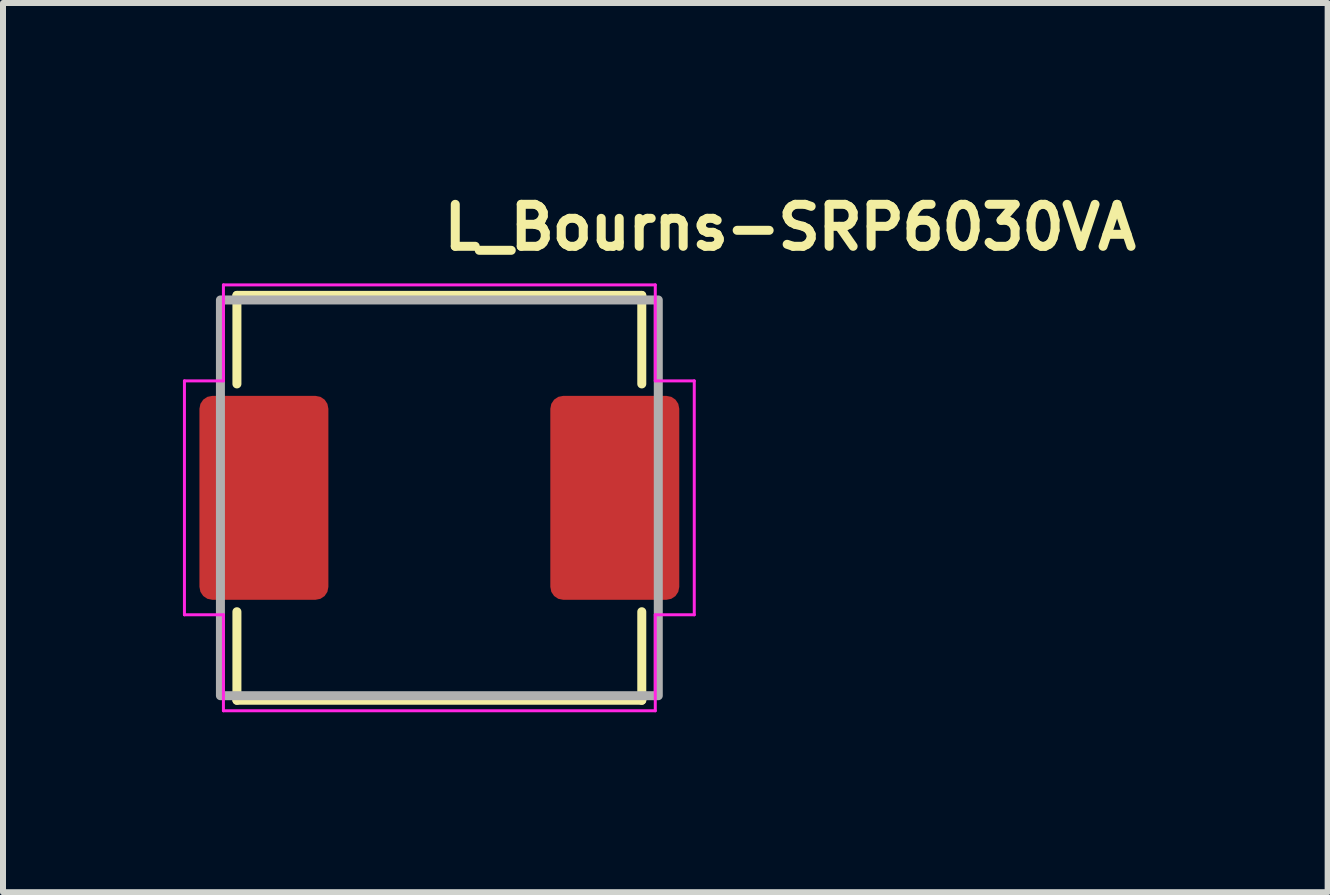
<source format=kicad_pcb>
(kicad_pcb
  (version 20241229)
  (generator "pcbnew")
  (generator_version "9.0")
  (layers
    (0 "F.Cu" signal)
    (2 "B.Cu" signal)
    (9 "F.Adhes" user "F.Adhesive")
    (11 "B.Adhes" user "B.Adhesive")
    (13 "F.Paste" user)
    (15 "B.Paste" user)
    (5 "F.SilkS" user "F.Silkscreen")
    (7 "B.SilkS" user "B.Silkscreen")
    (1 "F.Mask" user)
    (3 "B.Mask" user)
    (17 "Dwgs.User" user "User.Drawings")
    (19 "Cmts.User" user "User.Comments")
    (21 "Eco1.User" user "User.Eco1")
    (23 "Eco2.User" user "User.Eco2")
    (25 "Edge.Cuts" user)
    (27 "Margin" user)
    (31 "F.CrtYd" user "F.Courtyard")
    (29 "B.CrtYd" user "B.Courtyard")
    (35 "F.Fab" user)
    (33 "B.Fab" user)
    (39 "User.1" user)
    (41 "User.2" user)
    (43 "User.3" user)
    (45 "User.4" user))
  (footprint "L_Bourns-SRP6030VA"
    (layer "F.Cu")
    (at 4.275 5.25)
    (property "Reference" "L_Bourns-SRP6030VA" (at 0 -4.1 0) (layer "F.SilkS") (effects (font (size 0.7 0.7) (thickness 0.15)) (justify left bottom)))
    (attr smd)
    (fp_line (start -3.375 -3.375) (end 3.375 -3.375) (stroke (width 0.15) (type solid)) (layer "F.SilkS"))
    (fp_line (start -3.375 -1.899) (end -3.375 -3.375) (stroke (width 0.15) (type solid)) (layer "F.SilkS"))
    (fp_line (start -3.375 1.899) (end -3.375 3.375) (stroke (width 0.15) (type solid)) (layer "F.SilkS"))
    (fp_line (start 3.375 -1.899) (end 3.375 -3.375) (stroke (width 0.15) (type solid)) (layer "F.SilkS"))
    (fp_line (start 3.375 1.899) (end 3.375 3.375) (stroke (width 0.15) (type solid)) (layer "F.SilkS"))
    (fp_line (start 3.375 3.375) (end -3.375 3.375) (stroke (width 0.15) (type solid)) (layer "F.SilkS"))
    (fp_line (start -4.25 -1.95) (end -4.25 1.95) (stroke (width 0.05) (type solid)) (layer "F.CrtYd"))
    (fp_line (start -3.6 -3.55) (end 3.6 -3.55) (stroke (width 0.05) (type solid)) (layer "F.CrtYd"))
    (fp_line (start -3.6 -1.95) (end -4.25 -1.95) (stroke (width 0.05) (type solid)) (layer "F.CrtYd"))
    (fp_line (start -3.6 -1.95) (end -3.6 -3.55) (stroke (width 0.05) (type solid)) (layer "F.CrtYd"))
    (fp_line (start -3.6 1.95) (end -4.25 1.95) (stroke (width 0.05) (type solid)) (layer "F.CrtYd"))
    (fp_line (start -3.6 1.95) (end -3.6 3.55) (stroke (width 0.05) (type solid)) (layer "F.CrtYd"))
    (fp_line (start 3.6 -1.95) (end 3.6 -3.55) (stroke (width 0.05) (type solid)) (layer "F.CrtYd"))
    (fp_line (start 3.6 -1.95) (end 4.25 -1.95) (stroke (width 0.05) (type solid)) (layer "F.CrtYd"))
    (fp_line (start 3.6 1.95) (end 3.6 3.55) (stroke (width 0.05) (type solid)) (layer "F.CrtYd"))
    (fp_line (start 3.6 1.95) (end 4.25 1.95) (stroke (width 0.05) (type solid)) (layer "F.CrtYd"))
    (fp_line (start 3.6 3.55) (end -3.6 3.55) (stroke (width 0.05) (type solid)) (layer "F.CrtYd"))
    (fp_line (start 4.25 -1.95) (end 4.25 1.95) (stroke (width 0.05) (type solid)) (layer "F.CrtYd"))
    (fp_rect (start -3.65 -3.299) (end 3.65 3.299) (stroke (width 0.15) (type solid)) (fill no) (layer "F.Fab"))
    (fp_rect (start -3.65 -3.299) (end 3.65 3.299) (stroke (width 0.1) (type solid)) (fill no) (layer "User.5"))
    (fp_line (start -3.65 -1.499) (end -3.65 -0.25) (stroke (width 0.02) (type solid)) (layer "User.9"))
    (fp_line (start -3.65 -1.499) (end -3.45 -1.5) (stroke (width 0.02) (type solid)) (layer "User.9"))
    (fp_line (start -3.65 -0.368) (end -3.65 -0.366) (stroke (width 0.02) (type solid)) (layer "User.9"))
    (fp_line (start -3.65 -0.366) (end -3.65 -0.364) (stroke (width 0.02) (type solid)) (layer "User.9"))
    (fp_line (start -3.65 -0.364) (end -3.65 -0.361) (stroke (width 0.02) (type solid)) (layer "User.9"))
    (fp_line (start -3.65 -0.361) (end -3.65 -1.499) (stroke (width 0.02) (type solid)) (layer "User.9"))
    (fp_line (start -3.65 -0.25) (end -3.65 -0.361) (stroke (width 0.02) (type solid)) (layer "User.9"))
    (fp_line (start -3.65 0.25) (end -3.65 -0.25) (stroke (width 0.02) (type solid)) (layer "User.9"))
    (fp_line (start -3.65 0.25) (end -3.65 1.5) (stroke (width 0.02) (type solid)) (layer "User.9"))
    (fp_line (start -3.65 0.361) (end -3.65 0.25) (stroke (width 0.02) (type solid)) (layer "User.9"))
    (fp_line (start -3.65 0.361) (end -3.65 0.366) (stroke (width 0.02) (type solid)) (layer "User.9"))
    (fp_line (start -3.65 0.366) (end -3.649 0.37) (stroke (width 0.02) (type solid)) (layer "User.9"))
    (fp_line (start -3.65 1.5) (end -3.65 0.361) (stroke (width 0.02) (type solid)) (layer "User.9"))
    (fp_line (start -3.649 -0.376) (end -3.649 -0.374) (stroke (width 0.02) (type solid)) (layer "User.9"))
    (fp_line (start -3.649 -0.374) (end -3.649 -0.372) (stroke (width 0.02) (type solid)) (layer "User.9"))
    (fp_line (start -3.649 -0.372) (end -3.649 -0.37) (stroke (width 0.02) (type solid)) (layer "User.9"))
    (fp_line (start -3.649 -0.37) (end -3.65 -0.368) (stroke (width 0.02) (type solid)) (layer "User.9"))
    (fp_line (start -3.649 0.37) (end -3.649 0.374) (stroke (width 0.02) (type solid)) (layer "User.9"))
    (fp_line (start -3.649 0.374) (end -3.648 0.378) (stroke (width 0.02) (type solid)) (layer "User.9"))
    (fp_line (start -3.648 -0.38) (end -3.648 -0.378) (stroke (width 0.02) (type solid)) (layer "User.9"))
    (fp_line (start -3.648 -0.378) (end -3.649 -0.376) (stroke (width 0.02) (type solid)) (layer "User.9"))
    (fp_line (start -3.648 0.378) (end -3.648 0.382) (stroke (width 0.02) (type solid)) (layer "User.9"))
    (fp_line (start -3.648 0.382) (end -3.647 0.383) (stroke (width 0.02) (type solid)) (layer "User.9"))
    (fp_line (start -3.647 -0.383) (end -3.647 -0.382) (stroke (width 0.02) (type solid)) (layer "User.9"))
    (fp_line (start -3.647 -0.382) (end -3.648 -0.38) (stroke (width 0.02) (type solid)) (layer "User.9"))
    (fp_line (start -3.647 0.383) (end -3.646 0.385) (stroke (width 0.02) (type solid)) (layer "User.9"))
    (fp_line (start -3.646 -0.386) (end -3.646 -0.385) (stroke (width 0.02) (type solid)) (layer "User.9"))
    (fp_line (start -3.646 -0.385) (end -3.647 -0.383) (stroke (width 0.02) (type solid)) (layer "User.9"))
    (fp_line (start -3.646 0.385) (end -3.646 0.386) (stroke (width 0.02) (type solid)) (layer "User.9"))
    (fp_line (start -3.646 0.386) (end -3.645 0.388) (stroke (width 0.02) (type solid)) (layer "User.9"))
    (fp_line (start -3.645 -0.388) (end -3.646 -0.386) (stroke (width 0.02) (type solid)) (layer "User.9"))
    (fp_line (start -3.645 0.388) (end -3.644 0.389) (stroke (width 0.02) (type solid)) (layer "User.9"))
    (fp_line (start -3.644 -0.39) (end -3.644 -0.389) (stroke (width 0.02) (type solid)) (layer "User.9"))
    (fp_line (start -3.644 -0.389) (end -3.645 -0.388) (stroke (width 0.02) (type solid)) (layer "User.9"))
    (fp_line (start -3.644 0.389) (end -3.644 0.39) (stroke (width 0.02) (type solid)) (layer "User.9"))
    (fp_line (start -3.644 0.39) (end -3.643 0.391) (stroke (width 0.02) (type solid)) (layer "User.9"))
    (fp_line (start -3.643 -0.391) (end -3.644 -0.39) (stroke (width 0.02) (type solid)) (layer "User.9"))
    (fp_line (start -3.643 0.391) (end -3.642 0.392) (stroke (width 0.02) (type solid)) (layer "User.9"))
    (fp_line (start -3.642 -0.392) (end -3.643 -0.391) (stroke (width 0.02) (type solid)) (layer "User.9"))
    (fp_line (start -3.642 0.392) (end -3.641 0.393) (stroke (width 0.02) (type solid)) (layer "User.9"))
    (fp_line (start -3.641 -0.393) (end -3.642 -0.392) (stroke (width 0.02) (type solid)) (layer "User.9"))
    (fp_line (start -3.641 0.393) (end -3.64 0.394) (stroke (width 0.02) (type solid)) (layer "User.9"))
    (fp_line (start -3.64 -0.394) (end -3.641 -0.393) (stroke (width 0.02) (type solid)) (layer "User.9"))
    (fp_line (start -3.64 0.394) (end -3.639 0.395) (stroke (width 0.02) (type solid)) (layer "User.9"))
    (fp_line (start -3.639 -0.395) (end -3.64 -0.394) (stroke (width 0.02) (type solid)) (layer "User.9"))
    (fp_line (start -3.639 0.395) (end -3.637 0.396) (stroke (width 0.02) (type solid)) (layer "User.9"))
    (fp_line (start -3.637 -0.396) (end -3.639 -0.395) (stroke (width 0.02) (type solid)) (layer "User.9"))
    (fp_line (start -3.637 0.396) (end -3.636 0.397) (stroke (width 0.02) (type solid)) (layer "User.9"))
    (fp_line (start -3.636 -0.397) (end -3.637 -0.396) (stroke (width 0.02) (type solid)) (layer "User.9"))
    (fp_line (start -3.636 0.397) (end -3.635 0.397) (stroke (width 0.02) (type solid)) (layer "User.9"))
    (fp_line (start -3.635 -0.397) (end -3.636 -0.397) (stroke (width 0.02) (type solid)) (layer "User.9"))
    (fp_line (start -3.635 0.397) (end -3.634 0.398) (stroke (width 0.02) (type solid)) (layer "User.9"))
    (fp_line (start -3.634 -0.398) (end -3.635 -0.397) (stroke (width 0.02) (type solid)) (layer "User.9"))
    (fp_line (start -3.634 0.398) (end -3.632 0.398) (stroke (width 0.02) (type solid)) (layer "User.9"))
    (fp_line (start -3.632 -0.398) (end -3.634 -0.398) (stroke (width 0.02) (type solid)) (layer "User.9"))
    (fp_line (start -3.632 0.398) (end -3.631 0.399) (stroke (width 0.02) (type solid)) (layer "User.9"))
    (fp_line (start -3.631 -0.399) (end -3.632 -0.398) (stroke (width 0.02) (type solid)) (layer "User.9"))
    (fp_line (start -3.631 0.399) (end -3.629 0.399) (stroke (width 0.02) (type solid)) (layer "User.9"))
    (fp_line (start -3.629 -0.399) (end -3.631 -0.399) (stroke (width 0.02) (type solid)) (layer "User.9"))
    (fp_line (start -3.629 0.399) (end -3.628 0.399) (stroke (width 0.02) (type solid)) (layer "User.9"))
    (fp_line (start -3.628 -0.399) (end -3.629 -0.399) (stroke (width 0.02) (type solid)) (layer "User.9"))
    (fp_line (start -3.628 0.399) (end -3.626 0.399) (stroke (width 0.02) (type solid)) (layer "User.9"))
    (fp_line (start -3.626 -0.399) (end -3.628 -0.399) (stroke (width 0.02) (type solid)) (layer "User.9"))
    (fp_line (start -3.626 0.399) (end -3.624 0.399) (stroke (width 0.02) (type solid)) (layer "User.9"))
    (fp_line (start -3.624 -0.399) (end -3.626 -0.399) (stroke (width 0.02) (type solid)) (layer "User.9"))
    (fp_line (start -3.624 0.399) (end -3.623 0.4) (stroke (width 0.02) (type solid)) (layer "User.9"))
    (fp_line (start -3.623 -0.4) (end -3.624 -0.399) (stroke (width 0.02) (type solid)) (layer "User.9"))
    (fp_line (start -3.623 0.4) (end -3.45 0.4) (stroke (width 0.02) (type solid)) (layer "User.9"))
    (fp_line (start -3.45 -1.5) (end -3.35 -1.5) (stroke (width 0.02) (type solid)) (layer "User.9"))
    (fp_line (start -3.45 -0.4) (end -3.623 -0.4) (stroke (width 0.02) (type solid)) (layer "User.9"))
    (fp_line (start -3.45 -0.328) (end -3.45 -0.25) (stroke (width 0.02) (type solid)) (layer "User.9"))
    (fp_line (start -3.45 -0.328) (end -3.449 -0.33) (stroke (width 0.02) (type solid)) (layer "User.9"))
    (fp_line (start -3.45 -0.25) (end -3.45 0.25) (stroke (width 0.02) (type solid)) (layer "User.9"))
    (fp_line (start -3.45 0.25) (end -3.45 0.328) (stroke (width 0.02) (type solid)) (layer "User.9"))
    (fp_line (start -3.45 1.5) (end -3.65 1.5) (stroke (width 0.02) (type solid)) (layer "User.9"))
    (fp_line (start -3.449 -0.34) (end -3.448 -0.342) (stroke (width 0.02) (type solid)) (layer "User.9"))
    (fp_line (start -3.449 -0.337) (end -3.449 -0.34) (stroke (width 0.02) (type solid)) (layer "User.9"))
    (fp_line (start -3.449 -0.335) (end -3.449 -0.337) (stroke (width 0.02) (type solid)) (layer "User.9"))
    (fp_line (start -3.449 -0.333) (end -3.449 -0.335) (stroke (width 0.02) (type solid)) (layer "User.9"))
    (fp_line (start -3.449 -0.33) (end -3.449 -0.333) (stroke (width 0.02) (type solid)) (layer "User.9"))
    (fp_line (start -3.449 0.33) (end -3.45 0.328) (stroke (width 0.02) (type solid)) (layer "User.9"))
    (fp_line (start -3.449 0.333) (end -3.449 0.33) (stroke (width 0.02) (type solid)) (layer "User.9"))
    (fp_line (start -3.449 0.335) (end -3.449 0.333) (stroke (width 0.02) (type solid)) (layer "User.9"))
    (fp_line (start -3.449 0.337) (end -3.449 0.335) (stroke (width 0.02) (type solid)) (layer "User.9"))
    (fp_line (start -3.449 0.34) (end -3.449 0.337) (stroke (width 0.02) (type solid)) (layer "User.9"))
    (fp_line (start -3.448 -0.344) (end -3.447 -0.346) (stroke (width 0.02) (type solid)) (layer "User.9"))
    (fp_line (start -3.448 -0.342) (end -3.448 -0.344) (stroke (width 0.02) (type solid)) (layer "User.9"))
    (fp_line (start -3.448 0.342) (end -3.449 0.34) (stroke (width 0.02) (type solid)) (layer "User.9"))
    (fp_line (start -3.448 0.344) (end -3.448 0.342) (stroke (width 0.02) (type solid)) (layer "User.9"))
    (fp_line (start -3.447 -0.346) (end -3.446 -0.348) (stroke (width 0.02) (type solid)) (layer "User.9"))
    (fp_line (start -3.447 0.346) (end -3.448 0.344) (stroke (width 0.02) (type solid)) (layer "User.9"))
    (fp_line (start -3.446 -0.35) (end -3.445 -0.352) (stroke (width 0.02) (type solid)) (layer "User.9"))
    (fp_line (start -3.446 -0.348) (end -3.446 -0.35) (stroke (width 0.02) (type solid)) (layer "User.9"))
    (fp_line (start -3.446 0.348) (end -3.447 0.346) (stroke (width 0.02) (type solid)) (layer "User.9"))
    (fp_line (start -3.446 0.35) (end -3.446 0.348) (stroke (width 0.02) (type solid)) (layer "User.9"))
    (fp_line (start -3.445 -0.352) (end -3.444 -0.354) (stroke (width 0.02) (type solid)) (layer "User.9"))
    (fp_line (start -3.445 0.352) (end -3.446 0.35) (stroke (width 0.02) (type solid)) (layer "User.9"))
    (fp_line (start -3.444 -0.354) (end -3.443 -0.356) (stroke (width 0.02) (type solid)) (layer "User.9"))
    (fp_line (start -3.444 0.354) (end -3.445 0.352) (stroke (width 0.02) (type solid)) (layer "User.9"))
    (fp_line (start -3.443 -0.356) (end -3.442 -0.358) (stroke (width 0.02) (type solid)) (layer "User.9"))
    (fp_line (start -3.443 0.356) (end -3.444 0.354) (stroke (width 0.02) (type solid)) (layer "User.9"))
    (fp_line (start -3.442 -0.358) (end -3.441 -0.36) (stroke (width 0.02) (type solid)) (layer "User.9"))
    (fp_line (start -3.442 0.358) (end -3.443 0.356) (stroke (width 0.02) (type solid)) (layer "User.9"))
    (fp_line (start -3.441 -0.36) (end -3.44 -0.361) (stroke (width 0.02) (type solid)) (layer "User.9"))
    (fp_line (start -3.441 0.36) (end -3.442 0.358) (stroke (width 0.02) (type solid)) (layer "User.9"))
    (fp_line (start -3.44 -0.361) (end -3.433 -0.378) (stroke (width 0.02) (type solid)) (layer "User.9"))
    (fp_line (start -3.44 0.361) (end -3.441 0.36) (stroke (width 0.02) (type solid)) (layer "User.9"))
    (fp_line (start -3.44 0.361) (end -3.438 0.366) (stroke (width 0.02) (type solid)) (layer "User.9"))
    (fp_line (start -3.438 -0.366) (end -3.44 -0.361) (stroke (width 0.02) (type solid)) (layer "User.9"))
    (fp_line (start -3.438 0.366) (end -3.436 0.371) (stroke (width 0.02) (type solid)) (layer "User.9"))
    (fp_line (start -3.436 -0.371) (end -3.438 -0.366) (stroke (width 0.02) (type solid)) (layer "User.9"))
    (fp_line (start -3.436 0.37) (end -3.44 0.361) (stroke (width 0.02) (type solid)) (layer "User.9"))
    (fp_line (start -3.436 0.371) (end -3.434 0.376) (stroke (width 0.02) (type solid)) (layer "User.9"))
    (fp_line (start -3.434 -0.376) (end -3.436 -0.371) (stroke (width 0.02) (type solid)) (layer "User.9"))
    (fp_line (start -3.434 0.376) (end -3.432 0.381) (stroke (width 0.02) (type solid)) (layer "User.9"))
    (fp_line (start -3.433 -0.378) (end -3.43 -0.384) (stroke (width 0.02) (type solid)) (layer "User.9"))
    (fp_line (start -3.433 0.378) (end -3.436 0.37) (stroke (width 0.02) (type solid)) (layer "User.9"))
    (fp_line (start -3.432 -0.381) (end -3.434 -0.376) (stroke (width 0.02) (type solid)) (layer "User.9"))
    (fp_line (start -3.432 0.381) (end -3.43 0.386) (stroke (width 0.02) (type solid)) (layer "User.9"))
    (fp_line (start -3.43 -0.386) (end -3.432 -0.381) (stroke (width 0.02) (type solid)) (layer "User.9"))
    (fp_line (start -3.43 -0.384) (end -3.428 -0.389) (stroke (width 0.02) (type solid)) (layer "User.9"))
    (fp_line (start -3.43 0.384) (end -3.433 0.378) (stroke (width 0.02) (type solid)) (layer "User.9"))
    (fp_line (start -3.43 0.386) (end -3.428 0.39) (stroke (width 0.02) (type solid)) (layer "User.9"))
    (fp_line (start -3.428 -0.39) (end -3.43 -0.386) (stroke (width 0.02) (type solid)) (layer "User.9"))
    (fp_line (start -3.428 -0.389) (end -3.426 -0.394) (stroke (width 0.02) (type solid)) (layer "User.9"))
    (fp_line (start -3.428 0.389) (end -3.43 0.384) (stroke (width 0.02) (type solid)) (layer "User.9"))
    (fp_line (start -3.428 0.39) (end -3.425 0.395) (stroke (width 0.02) (type solid)) (layer "User.9"))
    (fp_line (start -3.427 0.392) (end -3.428 0.389) (stroke (width 0.02) (type solid)) (layer "User.9"))
    (fp_line (start -3.426 -0.394) (end -3.425 -0.397) (stroke (width 0.02) (type solid)) (layer "User.9"))
    (fp_line (start -3.426 0.394) (end -3.427 0.392) (stroke (width 0.02) (type solid)) (layer "User.9"))
    (fp_line (start -3.425 -0.397) (end -3.423 -0.399) (stroke (width 0.02) (type solid)) (layer "User.9"))
    (fp_line (start -3.425 -0.395) (end -3.428 -0.39) (stroke (width 0.02) (type solid)) (layer "User.9"))
    (fp_line (start -3.425 0.395) (end -3.426 0.394) (stroke (width 0.02) (type solid)) (layer "User.9"))
    (fp_line (start -3.425 0.395) (end -3.423 0.4) (stroke (width 0.02) (type solid)) (layer "User.9"))
    (fp_line (start -3.425 0.397) (end -3.425 0.395) (stroke (width 0.02) (type solid)) (layer "User.9"))
    (fp_line (start -3.424 0.398) (end -3.425 0.397) (stroke (width 0.02) (type solid)) (layer "User.9"))
    (fp_line (start -3.423 -0.4) (end -3.45 -0.4) (stroke (width 0.02) (type solid)) (layer "User.9"))
    (fp_line (start -3.423 -0.4) (end -3.425 -0.395) (stroke (width 0.02) (type solid)) (layer "User.9"))
    (fp_line (start -3.423 -0.399) (end -3.423 -0.4) (stroke (width 0.02) (type solid)) (layer "User.9"))
    (fp_line (start -3.423 -0.399) (end -3.423 -0.399) (stroke (width 0.02) (type solid)) (layer "User.9"))
    (fp_line (start -3.423 0.399) (end -3.424 0.398) (stroke (width 0.02) (type solid)) (layer "User.9"))
    (fp_line (start -3.423 0.399) (end -3.423 0.399) (stroke (width 0.02) (type solid)) (layer "User.9"))
    (fp_line (start -3.423 0.399) (end -3.423 0.399) (stroke (width 0.02) (type solid)) (layer "User.9"))
    (fp_line (start -3.423 0.4) (end -3.45 0.4) (stroke (width 0.02) (type solid)) (layer "User.9"))
    (fp_line (start -3.423 0.4) (end -3.423 0.399) (stroke (width 0.02) (type solid)) (layer "User.9"))
    (fp_line (start -3.423 0.4) (end -3.419 0.405) (stroke (width 0.02) (type solid)) (layer "User.9"))
    (fp_line (start -3.419 -0.405) (end -3.423 -0.4) (stroke (width 0.02) (type solid)) (layer "User.9"))
    (fp_line (start -3.419 0.405) (end -3.416 0.411) (stroke (width 0.02) (type solid)) (layer "User.9"))
    (fp_line (start -3.416 -0.411) (end -3.419 -0.405) (stroke (width 0.02) (type solid)) (layer "User.9"))
    (fp_line (start -3.416 0.411) (end -3.412 0.416) (stroke (width 0.02) (type solid)) (layer "User.9"))
    (fp_line (start -3.412 -0.416) (end -3.416 -0.411) (stroke (width 0.02) (type solid)) (layer "User.9"))
    (fp_line (start -3.412 0.416) (end -3.408 0.421) (stroke (width 0.02) (type solid)) (layer "User.9"))
    (fp_line (start -3.408 -0.421) (end -3.412 -0.416) (stroke (width 0.02) (type solid)) (layer "User.9"))
    (fp_line (start -3.408 0.421) (end -3.404 0.426) (stroke (width 0.02) (type solid)) (layer "User.9"))
    (fp_line (start -3.404 -0.426) (end -3.408 -0.421) (stroke (width 0.02) (type solid)) (layer "User.9"))
    (fp_line (start -3.404 0.426) (end -3.4 0.431) (stroke (width 0.02) (type solid)) (layer "User.9"))
    (fp_line (start -3.4 -0.431) (end -3.404 -0.426) (stroke (width 0.02) (type solid)) (layer "User.9"))
    (fp_line (start -3.4 0.431) (end -3.395 0.436) (stroke (width 0.02) (type solid)) (layer "User.9"))
    (fp_line (start -3.395 -0.436) (end -3.4 -0.431) (stroke (width 0.02) (type solid)) (layer "User.9"))
    (fp_line (start -3.395 0.436) (end -3.391 0.441) (stroke (width 0.02) (type solid)) (layer "User.9"))
    (fp_line (start -3.391 -0.441) (end -3.395 -0.436) (stroke (width 0.02) (type solid)) (layer "User.9"))
    (fp_line (start -3.391 0.441) (end -3.386 0.445) (stroke (width 0.02) (type solid)) (layer "User.9"))
    (fp_line (start -3.386 -0.445) (end -3.391 -0.441) (stroke (width 0.02) (type solid)) (layer "User.9"))
    (fp_line (start -3.386 0.445) (end -3.381 0.45) (stroke (width 0.02) (type solid)) (layer "User.9"))
    (fp_line (start -3.381 -0.45) (end -3.386 -0.445) (stroke (width 0.02) (type solid)) (layer "User.9"))
    (fp_line (start -3.381 0.45) (end -3.376 0.454) (stroke (width 0.02) (type solid)) (layer "User.9"))
    (fp_line (start -3.376 -0.454) (end -3.381 -0.45) (stroke (width 0.02) (type solid)) (layer "User.9"))
    (fp_line (start -3.376 0.454) (end -3.371 0.458) (stroke (width 0.02) (type solid)) (layer "User.9"))
    (fp_line (start -3.371 -0.458) (end -3.376 -0.454) (stroke (width 0.02) (type solid)) (layer "User.9"))
    (fp_line (start -3.371 0.458) (end -3.366 0.462) (stroke (width 0.02) (type solid)) (layer "User.9"))
    (fp_line (start -3.366 -0.462) (end -3.371 -0.458) (stroke (width 0.02) (type solid)) (layer "User.9"))
    (fp_line (start -3.366 0.462) (end -3.361 0.466) (stroke (width 0.02) (type solid)) (layer "User.9"))
    (fp_line (start -3.361 -0.466) (end -3.366 -0.462) (stroke (width 0.02) (type solid)) (layer "User.9"))
    (fp_line (start -3.361 0.466) (end -3.355 0.469) (stroke (width 0.02) (type solid)) (layer "User.9"))
    (fp_line (start -3.355 -0.469) (end -3.361 -0.466) (stroke (width 0.02) (type solid)) (layer "User.9"))
    (fp_line (start -3.355 0.469) (end -3.35 0.473) (stroke (width 0.02) (type solid)) (layer "User.9"))
    (fp_line (start -3.35 -3) (end -3.35 3) (stroke (width 0.02) (type solid)) (layer "User.9"))
    (fp_line (start -3.35 -0.473) (end -3.355 -0.469) (stroke (width 0.02) (type solid)) (layer "User.9"))
    (fp_line (start -3.35 1.5) (end -3.45 1.5) (stroke (width 0.02) (type solid)) (layer "User.9"))
    (fp_line (start -3.35 3) (end -3.349 3.014) (stroke (width 0.02) (type solid)) (layer "User.9"))
    (fp_line (start -3.349 -3.014) (end -3.35 -3) (stroke (width 0.02) (type solid)) (layer "User.9"))
    (fp_line (start -3.349 3.014) (end -3.348 3.029) (stroke (width 0.02) (type solid)) (layer "User.9"))
    (fp_line (start -3.348 -3.029) (end -3.349 -3.014) (stroke (width 0.02) (type solid)) (layer "User.9"))
    (fp_line (start -3.348 3.029) (end -3.346 3.044) (stroke (width 0.02) (type solid)) (layer "User.9"))
    (fp_line (start -3.346 -3.044) (end -3.348 -3.029) (stroke (width 0.02) (type solid)) (layer "User.9"))
    (fp_line (start -3.346 3.044) (end -3.344 3.058) (stroke (width 0.02) (type solid)) (layer "User.9"))
    (fp_line (start -3.344 -3.058) (end -3.346 -3.044) (stroke (width 0.02) (type solid)) (layer "User.9"))
    (fp_line (start -3.344 3.058) (end -3.34 3.073) (stroke (width 0.02) (type solid)) (layer "User.9"))
    (fp_line (start -3.34 -3.073) (end -3.344 -3.058) (stroke (width 0.02) (type solid)) (layer "User.9"))
    (fp_line (start -3.34 3.073) (end -3.337 3.087) (stroke (width 0.02) (type solid)) (layer "User.9"))
    (fp_line (start -3.337 -3.087) (end -3.34 -3.073) (stroke (width 0.02) (type solid)) (layer "User.9"))
    (fp_line (start -3.337 3.087) (end -3.332 3.101) (stroke (width 0.02) (type solid)) (layer "User.9"))
    (fp_line (start -3.332 -3.101) (end -3.337 -3.087) (stroke (width 0.02) (type solid)) (layer "User.9"))
    (fp_line (start -3.332 3.101) (end -3.327 3.114) (stroke (width 0.02) (type solid)) (layer "User.9"))
    (fp_line (start -3.327 -3.114) (end -3.332 -3.101) (stroke (width 0.02) (type solid)) (layer "User.9"))
    (fp_line (start -3.327 3.114) (end -3.321 3.128) (stroke (width 0.02) (type solid)) (layer "User.9"))
    (fp_line (start -3.321 -3.128) (end -3.327 -3.114) (stroke (width 0.02) (type solid)) (layer "User.9"))
    (fp_line (start -3.321 3.128) (end -3.314 3.141) (stroke (width 0.02) (type solid)) (layer "User.9"))
    (fp_line (start -3.314 -3.141) (end -3.321 -3.128) (stroke (width 0.02) (type solid)) (layer "User.9"))
    (fp_line (start -3.314 3.141) (end -3.307 3.154) (stroke (width 0.02) (type solid)) (layer "User.9"))
    (fp_line (start -3.307 -3.154) (end -3.314 -3.141) (stroke (width 0.02) (type solid)) (layer "User.9"))
    (fp_line (start -3.307 3.154) (end -3.299 3.166) (stroke (width 0.02) (type solid)) (layer "User.9"))
    (fp_line (start -3.299 -3.166) (end -3.307 -3.154) (stroke (width 0.02) (type solid)) (layer "User.9"))
    (fp_line (start -3.299 3.166) (end -3.291 3.178) (stroke (width 0.02) (type solid)) (layer "User.9"))
    (fp_line (start -3.291 -3.178) (end -3.299 -3.166) (stroke (width 0.02) (type solid)) (layer "User.9"))
    (fp_line (start -3.291 3.178) (end -3.282 3.19) (stroke (width 0.02) (type solid)) (layer "User.9"))
    (fp_line (start -3.282 -3.19) (end -3.291 -3.178) (stroke (width 0.02) (type solid)) (layer "User.9"))
    (fp_line (start -3.282 3.19) (end -3.272 3.201) (stroke (width 0.02) (type solid)) (layer "User.9"))
    (fp_line (start -3.272 -3.201) (end -3.282 -3.19) (stroke (width 0.02) (type solid)) (layer "User.9"))
    (fp_line (start -3.272 3.201) (end -3.262 3.212) (stroke (width 0.02) (type solid)) (layer "User.9"))
    (fp_line (start -3.262 -3.212) (end -3.272 -3.201) (stroke (width 0.02) (type solid)) (layer "User.9"))
    (fp_line (start -3.262 -3.212) (end -3.262 -3.212) (stroke (width 0.02) (type solid)) (layer "User.9"))
    (fp_line (start -3.262 3.212) (end -3.262 3.212) (stroke (width 0.02) (type solid)) (layer "User.9"))
    (fp_line (start -3.262 3.212) (end -3.251 3.222) (stroke (width 0.02) (type solid)) (layer "User.9"))
    (fp_line (start -3.251 -3.222) (end -3.262 -3.212) (stroke (width 0.02) (type solid)) (layer "User.9"))
    (fp_line (start -3.251 3.222) (end -3.24 3.232) (stroke (width 0.02) (type solid)) (layer "User.9"))
    (fp_line (start -3.24 -3.232) (end -3.251 -3.222) (stroke (width 0.02) (type solid)) (layer "User.9"))
    (fp_line (start -3.24 3.232) (end -3.228 3.241) (stroke (width 0.02) (type solid)) (layer "User.9"))
    (fp_line (start -3.228 -3.241) (end -3.24 -3.232) (stroke (width 0.02) (type solid)) (layer "User.9"))
    (fp_line (start -3.228 3.241) (end -3.216 3.249) (stroke (width 0.02) (type solid)) (layer "User.9"))
    (fp_line (start -3.216 -3.249) (end -3.228 -3.241) (stroke (width 0.02) (type solid)) (layer "User.9"))
    (fp_line (start -3.216 3.249) (end -3.204 3.257) (stroke (width 0.02) (type solid)) (layer "User.9"))
    (fp_line (start -3.204 -3.257) (end -3.216 -3.249) (stroke (width 0.02) (type solid)) (layer "User.9"))
    (fp_line (start -3.204 3.257) (end -3.191 3.264) (stroke (width 0.02) (type solid)) (layer "User.9"))
    (fp_line (start -3.191 -3.264) (end -3.204 -3.257) (stroke (width 0.02) (type solid)) (layer "User.9"))
    (fp_line (start -3.191 3.264) (end -3.178 3.271) (stroke (width 0.02) (type solid)) (layer "User.9"))
    (fp_line (start -3.178 -3.271) (end -3.191 -3.264) (stroke (width 0.02) (type solid)) (layer "User.9"))
    (fp_line (start -3.178 3.271) (end -3.164 3.277) (stroke (width 0.02) (type solid)) (layer "User.9"))
    (fp_line (start -3.164 -3.277) (end -3.178 -3.271) (stroke (width 0.02) (type solid)) (layer "User.9"))
    (fp_line (start -3.164 3.277) (end -3.151 3.282) (stroke (width 0.02) (type solid)) (layer "User.9"))
    (fp_line (start -3.151 -3.282) (end -3.164 -3.277) (stroke (width 0.02) (type solid)) (layer "User.9"))
    (fp_line (start -3.151 3.282) (end -3.137 3.287) (stroke (width 0.02) (type solid)) (layer "User.9"))
    (fp_line (start -3.137 -3.287) (end -3.151 -3.282) (stroke (width 0.02) (type solid)) (layer "User.9"))
    (fp_line (start -3.137 3.287) (end -3.123 3.29) (stroke (width 0.02) (type solid)) (layer "User.9"))
    (fp_line (start -3.123 -3.29) (end -3.137 -3.287) (stroke (width 0.02) (type solid)) (layer "User.9"))
    (fp_line (start -3.123 3.29) (end -3.108 3.294) (stroke (width 0.02) (type solid)) (layer "User.9"))
    (fp_line (start -3.108 -3.294) (end -3.123 -3.29) (stroke (width 0.02) (type solid)) (layer "User.9"))
    (fp_line (start -3.108 3.294) (end -3.094 3.296) (stroke (width 0.02) (type solid)) (layer "User.9"))
    (fp_line (start -3.094 -3.296) (end -3.108 -3.294) (stroke (width 0.02) (type solid)) (layer "User.9"))
    (fp_line (start -3.094 3.296) (end -3.079 3.298) (stroke (width 0.02) (type solid)) (layer "User.9"))
    (fp_line (start -3.079 -3.298) (end -3.094 -3.296) (stroke (width 0.02) (type solid)) (layer "User.9"))
    (fp_line (start -3.079 3.298) (end -3.064 3.299) (stroke (width 0.02) (type solid)) (layer "User.9"))
    (fp_line (start -3.064 -3.299) (end -3.079 -3.298) (stroke (width 0.02) (type solid)) (layer "User.9"))
    (fp_line (start -3.064 3.299) (end -3.049 3.299) (stroke (width 0.02) (type solid)) (layer "User.9"))
    (fp_line (start -3.049 -3.299) (end -3.064 -3.299) (stroke (width 0.02) (type solid)) (layer "User.9"))
    (fp_line (start -3.049 3.299) (end 3.049 3.299) (stroke (width 0.02) (type solid)) (layer "User.9"))
    (fp_line (start 3.049 -3.299) (end -3.049 -3.299) (stroke (width 0.02) (type solid)) (layer "User.9"))
    (fp_line (start 3.049 3.299) (end 3.064 3.299) (stroke (width 0.02) (type solid)) (layer "User.9"))
    (fp_line (start 3.064 -3.299) (end 3.049 -3.299) (stroke (width 0.02) (type solid)) (layer "User.9"))
    (fp_line (start 3.064 3.299) (end 3.079 3.298) (stroke (width 0.02) (type solid)) (layer "User.9"))
    (fp_line (start 3.079 -3.298) (end 3.064 -3.299) (stroke (width 0.02) (type solid)) (layer "User.9"))
    (fp_line (start 3.079 3.298) (end 3.094 3.296) (stroke (width 0.02) (type solid)) (layer "User.9"))
    (fp_line (start 3.094 -3.296) (end 3.079 -3.298) (stroke (width 0.02) (type solid)) (layer "User.9"))
    (fp_line (start 3.094 3.296) (end 3.108 3.294) (stroke (width 0.02) (type solid)) (layer "User.9"))
    (fp_line (start 3.108 -3.294) (end 3.094 -3.296) (stroke (width 0.02) (type solid)) (layer "User.9"))
    (fp_line (start 3.108 3.294) (end 3.123 3.29) (stroke (width 0.02) (type solid)) (layer "User.9"))
    (fp_line (start 3.123 -3.29) (end 3.108 -3.294) (stroke (width 0.02) (type solid)) (layer "User.9"))
    (fp_line (start 3.123 3.29) (end 3.137 3.287) (stroke (width 0.02) (type solid)) (layer "User.9"))
    (fp_line (start 3.137 -3.287) (end 3.123 -3.29) (stroke (width 0.02) (type solid)) (layer "User.9"))
    (fp_line (start 3.137 3.287) (end 3.151 3.282) (stroke (width 0.02) (type solid)) (layer "User.9"))
    (fp_line (start 3.151 -3.282) (end 3.137 -3.287) (stroke (width 0.02) (type solid)) (layer "User.9"))
    (fp_line (start 3.151 3.282) (end 3.164 3.277) (stroke (width 0.02) (type solid)) (layer "User.9"))
    (fp_line (start 3.164 -3.277) (end 3.151 -3.282) (stroke (width 0.02) (type solid)) (layer "User.9"))
    (fp_line (start 3.164 3.277) (end 3.178 3.271) (stroke (width 0.02) (type solid)) (layer "User.9"))
    (fp_line (start 3.178 -3.271) (end 3.164 -3.277) (stroke (width 0.02) (type solid)) (layer "User.9"))
    (fp_line (start 3.178 3.271) (end 3.191 3.264) (stroke (width 0.02) (type solid)) (layer "User.9"))
    (fp_line (start 3.191 -3.264) (end 3.178 -3.271) (stroke (width 0.02) (type solid)) (layer "User.9"))
    (fp_line (start 3.191 3.264) (end 3.204 3.257) (stroke (width 0.02) (type solid)) (layer "User.9"))
    (fp_line (start 3.204 -3.257) (end 3.191 -3.264) (stroke (width 0.02) (type solid)) (layer "User.9"))
    (fp_line (start 3.204 3.257) (end 3.216 3.249) (stroke (width 0.02) (type solid)) (layer "User.9"))
    (fp_line (start 3.216 -3.249) (end 3.204 -3.257) (stroke (width 0.02) (type solid)) (layer "User.9"))
    (fp_line (start 3.216 3.249) (end 3.228 3.241) (stroke (width 0.02) (type solid)) (layer "User.9"))
    (fp_line (start 3.228 -3.241) (end 3.216 -3.249) (stroke (width 0.02) (type solid)) (layer "User.9"))
    (fp_line (start 3.228 3.241) (end 3.24 3.232) (stroke (width 0.02) (type solid)) (layer "User.9"))
    (fp_line (start 3.24 -3.232) (end 3.228 -3.241) (stroke (width 0.02) (type solid)) (layer "User.9"))
    (fp_line (start 3.24 3.232) (end 3.251 3.222) (stroke (width 0.02) (type solid)) (layer "User.9"))
    (fp_line (start 3.251 -3.222) (end 3.24 -3.232) (stroke (width 0.02) (type solid)) (layer "User.9"))
    (fp_line (start 3.251 3.222) (end 3.262 3.212) (stroke (width 0.02) (type solid)) (layer "User.9"))
    (fp_line (start 3.262 -3.212) (end 3.251 -3.222) (stroke (width 0.02) (type solid)) (layer "User.9"))
    (fp_line (start 3.262 -3.212) (end 3.262 -3.212) (stroke (width 0.02) (type solid)) (layer "User.9"))
    (fp_line (start 3.262 3.212) (end 3.262 3.212) (stroke (width 0.02) (type solid)) (layer "User.9"))
    (fp_line (start 3.262 3.212) (end 3.272 3.201) (stroke (width 0.02) (type solid)) (layer "User.9"))
    (fp_line (start 3.272 -3.201) (end 3.262 -3.212) (stroke (width 0.02) (type solid)) (layer "User.9"))
    (fp_line (start 3.272 3.201) (end 3.282 3.19) (stroke (width 0.02) (type solid)) (layer "User.9"))
    (fp_line (start 3.282 -3.19) (end 3.272 -3.201) (stroke (width 0.02) (type solid)) (layer "User.9"))
    (fp_line (start 3.282 3.19) (end 3.291 3.178) (stroke (width 0.02) (type solid)) (layer "User.9"))
    (fp_line (start 3.291 -3.178) (end 3.282 -3.19) (stroke (width 0.02) (type solid)) (layer "User.9"))
    (fp_line (start 3.291 3.178) (end 3.299 3.166) (stroke (width 0.02) (type solid)) (layer "User.9"))
    (fp_line (start 3.299 -3.166) (end 3.291 -3.178) (stroke (width 0.02) (type solid)) (layer "User.9"))
    (fp_line (start 3.299 3.166) (end 3.307 3.154) (stroke (width 0.02) (type solid)) (layer "User.9"))
    (fp_line (start 3.307 -3.154) (end 3.299 -3.166) (stroke (width 0.02) (type solid)) (layer "User.9"))
    (fp_line (start 3.307 3.154) (end 3.314 3.141) (stroke (width 0.02) (type solid)) (layer "User.9"))
    (fp_line (start 3.314 -3.141) (end 3.307 -3.154) (stroke (width 0.02) (type solid)) (layer "User.9"))
    (fp_line (start 3.314 3.141) (end 3.321 3.128) (stroke (width 0.02) (type solid)) (layer "User.9"))
    (fp_line (start 3.321 -3.128) (end 3.314 -3.141) (stroke (width 0.02) (type solid)) (layer "User.9"))
    (fp_line (start 3.321 3.128) (end 3.327 3.114) (stroke (width 0.02) (type solid)) (layer "User.9"))
    (fp_line (start 3.327 -3.114) (end 3.321 -3.128) (stroke (width 0.02) (type solid)) (layer "User.9"))
    (fp_line (start 3.327 3.114) (end 3.332 3.101) (stroke (width 0.02) (type solid)) (layer "User.9"))
    (fp_line (start 3.332 -3.101) (end 3.327 -3.114) (stroke (width 0.02) (type solid)) (layer "User.9"))
    (fp_line (start 3.332 3.101) (end 3.337 3.087) (stroke (width 0.02) (type solid)) (layer "User.9"))
    (fp_line (start 3.337 -3.087) (end 3.332 -3.101) (stroke (width 0.02) (type solid)) (layer "User.9"))
    (fp_line (start 3.337 3.087) (end 3.34 3.073) (stroke (width 0.02) (type solid)) (layer "User.9"))
    (fp_line (start 3.34 -3.073) (end 3.337 -3.087) (stroke (width 0.02) (type solid)) (layer "User.9"))
    (fp_line (start 3.34 3.073) (end 3.344 3.058) (stroke (width 0.02) (type solid)) (layer "User.9"))
    (fp_line (start 3.344 -3.058) (end 3.34 -3.073) (stroke (width 0.02) (type solid)) (layer "User.9"))
    (fp_line (start 3.344 3.058) (end 3.346 3.044) (stroke (width 0.02) (type solid)) (layer "User.9"))
    (fp_line (start 3.346 -3.044) (end 3.344 -3.058) (stroke (width 0.02) (type solid)) (layer "User.9"))
    (fp_line (start 3.346 3.044) (end 3.348 3.029) (stroke (width 0.02) (type solid)) (layer "User.9"))
    (fp_line (start 3.348 -3.029) (end 3.346 -3.044) (stroke (width 0.02) (type solid)) (layer "User.9"))
    (fp_line (start 3.348 3.029) (end 3.349 3.014) (stroke (width 0.02) (type solid)) (layer "User.9"))
    (fp_line (start 3.349 -3.014) (end 3.348 -3.029) (stroke (width 0.02) (type solid)) (layer "User.9"))
    (fp_line (start 3.349 3.014) (end 3.35 3) (stroke (width 0.02) (type solid)) (layer "User.9"))
    (fp_line (start 3.35 -3) (end 3.349 -3.014) (stroke (width 0.02) (type solid)) (layer "User.9"))
    (fp_line (start 3.35 -0.473) (end 3.355 -0.469) (stroke (width 0.02) (type solid)) (layer "User.9"))
    (fp_line (start 3.35 1.5) (end 3.45 1.5) (stroke (width 0.02) (type solid)) (layer "User.9"))
    (fp_line (start 3.35 3) (end 3.35 -3) (stroke (width 0.02) (type solid)) (layer "User.9"))
    (fp_line (start 3.355 -0.469) (end 3.361 -0.466) (stroke (width 0.02) (type solid)) (layer "User.9"))
    (fp_line (start 3.355 0.469) (end 3.35 0.473) (stroke (width 0.02) (type solid)) (layer "User.9"))
    (fp_line (start 3.361 -0.466) (end 3.366 -0.462) (stroke (width 0.02) (type solid)) (layer "User.9"))
    (fp_line (start 3.361 0.466) (end 3.355 0.469) (stroke (width 0.02) (type solid)) (layer "User.9"))
    (fp_line (start 3.366 -0.462) (end 3.371 -0.458) (stroke (width 0.02) (type solid)) (layer "User.9"))
    (fp_line (start 3.366 0.462) (end 3.361 0.466) (stroke (width 0.02) (type solid)) (layer "User.9"))
    (fp_line (start 3.371 -0.458) (end 3.376 -0.454) (stroke (width 0.02) (type solid)) (layer "User.9"))
    (fp_line (start 3.371 0.458) (end 3.366 0.462) (stroke (width 0.02) (type solid)) (layer "User.9"))
    (fp_line (start 3.376 -0.454) (end 3.381 -0.45) (stroke (width 0.02) (type solid)) (layer "User.9"))
    (fp_line (start 3.376 0.454) (end 3.371 0.458) (stroke (width 0.02) (type solid)) (layer "User.9"))
    (fp_line (start 3.381 -0.45) (end 3.386 -0.445) (stroke (width 0.02) (type solid)) (layer "User.9"))
    (fp_line (start 3.381 0.45) (end 3.376 0.454) (stroke (width 0.02) (type solid)) (layer "User.9"))
    (fp_line (start 3.386 -0.445) (end 3.391 -0.441) (stroke (width 0.02) (type solid)) (layer "User.9"))
    (fp_line (start 3.386 0.445) (end 3.381 0.45) (stroke (width 0.02) (type solid)) (layer "User.9"))
    (fp_line (start 3.391 -0.441) (end 3.395 -0.436) (stroke (width 0.02) (type solid)) (layer "User.9"))
    (fp_line (start 3.391 0.441) (end 3.386 0.445) (stroke (width 0.02) (type solid)) (layer "User.9"))
    (fp_line (start 3.395 -0.436) (end 3.4 -0.431) (stroke (width 0.02) (type solid)) (layer "User.9"))
    (fp_line (start 3.395 0.436) (end 3.391 0.441) (stroke (width 0.02) (type solid)) (layer "User.9"))
    (fp_line (start 3.4 -0.431) (end 3.404 -0.426) (stroke (width 0.02) (type solid)) (layer "User.9"))
    (fp_line (start 3.4 0.431) (end 3.395 0.436) (stroke (width 0.02) (type solid)) (layer "User.9"))
    (fp_line (start 3.404 -0.426) (end 3.408 -0.421) (stroke (width 0.02) (type solid)) (layer "User.9"))
    (fp_line (start 3.404 0.426) (end 3.4 0.431) (stroke (width 0.02) (type solid)) (layer "User.9"))
    (fp_line (start 3.408 -0.421) (end 3.412 -0.416) (stroke (width 0.02) (type solid)) (layer "User.9"))
    (fp_line (start 3.408 0.421) (end 3.404 0.426) (stroke (width 0.02) (type solid)) (layer "User.9"))
    (fp_line (start 3.412 -0.416) (end 3.416 -0.411) (stroke (width 0.02) (type solid)) (layer "User.9"))
    (fp_line (start 3.412 0.416) (end 3.408 0.421) (stroke (width 0.02) (type solid)) (layer "User.9"))
    (fp_line (start 3.416 -0.411) (end 3.419 -0.405) (stroke (width 0.02) (type solid)) (layer "User.9"))
    (fp_line (start 3.416 0.411) (end 3.412 0.416) (stroke (width 0.02) (type solid)) (layer "User.9"))
    (fp_line (start 3.419 -0.405) (end 3.423 -0.4) (stroke (width 0.02) (type solid)) (layer "User.9"))
    (fp_line (start 3.419 0.405) (end 3.416 0.411) (stroke (width 0.02) (type solid)) (layer "User.9"))
    (fp_line (start 3.423 -0.4) (end 3.425 -0.395) (stroke (width 0.02) (type solid)) (layer "User.9"))
    (fp_line (start 3.423 -0.4) (end 3.45 -0.4) (stroke (width 0.02) (type solid)) (layer "User.9"))
    (fp_line (start 3.423 -0.399) (end 3.423 -0.4) (stroke (width 0.02) (type solid)) (layer "User.9"))
    (fp_line (start 3.423 -0.399) (end 3.423 -0.399) (stroke (width 0.02) (type solid)) (layer "User.9"))
    (fp_line (start 3.423 0.399) (end 3.423 0.399) (stroke (width 0.02) (type solid)) (layer "User.9"))
    (fp_line (start 3.423 0.399) (end 3.423 0.399) (stroke (width 0.02) (type solid)) (layer "User.9"))
    (fp_line (start 3.423 0.399) (end 3.424 0.398) (stroke (width 0.02) (type solid)) (layer "User.9"))
    (fp_line (start 3.423 0.4) (end 3.419 0.405) (stroke (width 0.02) (type solid)) (layer "User.9"))
    (fp_line (start 3.423 0.4) (end 3.423 0.399) (stroke (width 0.02) (type solid)) (layer "User.9"))
    (fp_line (start 3.423 0.4) (end 3.45 0.4) (stroke (width 0.02) (type solid)) (layer "User.9"))
    (fp_line (start 3.424 0.398) (end 3.425 0.397) (stroke (width 0.02) (type solid)) (layer "User.9"))
    (fp_line (start 3.425 -0.397) (end 3.423 -0.399) (stroke (width 0.02) (type solid)) (layer "User.9"))
    (fp_line (start 3.425 -0.395) (end 3.428 -0.39) (stroke (width 0.02) (type solid)) (layer "User.9"))
    (fp_line (start 3.425 0.395) (end 3.423 0.4) (stroke (width 0.02) (type solid)) (layer "User.9"))
    (fp_line (start 3.425 0.395) (end 3.426 0.394) (stroke (width 0.02) (type solid)) (layer "User.9"))
    (fp_line (start 3.425 0.397) (end 3.425 0.395) (stroke (width 0.02) (type solid)) (layer "User.9"))
    (fp_line (start 3.426 -0.394) (end 3.425 -0.397) (stroke (width 0.02) (type solid)) (layer "User.9"))
    (fp_line (start 3.426 0.394) (end 3.427 0.392) (stroke (width 0.02) (type solid)) (layer "User.9"))
    (fp_line (start 3.427 0.392) (end 3.428 0.389) (stroke (width 0.02) (type solid)) (layer "User.9"))
    (fp_line (start 3.428 -0.39) (end 3.43 -0.386) (stroke (width 0.02) (type solid)) (layer "User.9"))
    (fp_line (start 3.428 -0.389) (end 3.426 -0.394) (stroke (width 0.02) (type solid)) (layer "User.9"))
    (fp_line (start 3.428 0.389) (end 3.43 0.384) (stroke (width 0.02) (type solid)) (layer "User.9"))
    (fp_line (start 3.428 0.39) (end 3.425 0.395) (stroke (width 0.02) (type solid)) (layer "User.9"))
    (fp_line (start 3.43 -0.386) (end 3.432 -0.381) (stroke (width 0.02) (type solid)) (layer "User.9"))
    (fp_line (start 3.43 -0.384) (end 3.428 -0.389) (stroke (width 0.02) (type solid)) (layer "User.9"))
    (fp_line (start 3.43 0.384) (end 3.433 0.378) (stroke (width 0.02) (type solid)) (layer "User.9"))
    (fp_line (start 3.43 0.386) (end 3.428 0.39) (stroke (width 0.02) (type solid)) (layer "User.9"))
    (fp_line (start 3.432 -0.381) (end 3.434 -0.376) (stroke (width 0.02) (type solid)) (layer "User.9"))
    (fp_line (start 3.432 0.381) (end 3.43 0.386) (stroke (width 0.02) (type solid)) (layer "User.9"))
    (fp_line (start 3.433 -0.378) (end 3.43 -0.384) (stroke (width 0.02) (type solid)) (layer "User.9"))
    (fp_line (start 3.433 0.378) (end 3.436 0.37) (stroke (width 0.02) (type solid)) (layer "User.9"))
    (fp_line (start 3.434 -0.376) (end 3.436 -0.371) (stroke (width 0.02) (type solid)) (layer "User.9"))
    (fp_line (start 3.434 0.376) (end 3.432 0.381) (stroke (width 0.02) (type solid)) (layer "User.9"))
    (fp_line (start 3.436 -0.371) (end 3.438 -0.366) (stroke (width 0.02) (type solid)) (layer "User.9"))
    (fp_line (start 3.436 0.37) (end 3.44 0.361) (stroke (width 0.02) (type solid)) (layer "User.9"))
    (fp_line (start 3.436 0.371) (end 3.434 0.376) (stroke (width 0.02) (type solid)) (layer "User.9"))
    (fp_line (start 3.438 -0.366) (end 3.44 -0.361) (stroke (width 0.02) (type solid)) (layer "User.9"))
    (fp_line (start 3.438 0.366) (end 3.436 0.371) (stroke (width 0.02) (type solid)) (layer "User.9"))
    (fp_line (start 3.44 -0.361) (end 3.433 -0.378) (stroke (width 0.02) (type solid)) (layer "User.9"))
    (fp_line (start 3.44 -0.361) (end 3.441 -0.36) (stroke (width 0.02) (type solid)) (layer "User.9"))
    (fp_line (start 3.44 0.361) (end 3.438 0.366) (stroke (width 0.02) (type solid)) (layer "User.9"))
    (fp_line (start 3.441 -0.36) (end 3.442 -0.358) (stroke (width 0.02) (type solid)) (layer "User.9"))
    (fp_line (start 3.441 0.36) (end 3.44 0.361) (stroke (width 0.02) (type solid)) (layer "User.9"))
    (fp_line (start 3.442 -0.358) (end 3.443 -0.356) (stroke (width 0.02) (type solid)) (layer "User.9"))
    (fp_line (start 3.442 0.358) (end 3.441 0.36) (stroke (width 0.02) (type solid)) (layer "User.9"))
    (fp_line (start 3.443 -0.356) (end 3.444 -0.354) (stroke (width 0.02) (type solid)) (layer "User.9"))
    (fp_line (start 3.443 0.356) (end 3.442 0.358) (stroke (width 0.02) (type solid)) (layer "User.9"))
    (fp_line (start 3.444 -0.354) (end 3.445 -0.352) (stroke (width 0.02) (type solid)) (layer "User.9"))
    (fp_line (start 3.444 0.354) (end 3.443 0.356) (stroke (width 0.02) (type solid)) (layer "User.9"))
    (fp_line (start 3.445 -0.352) (end 3.446 -0.35) (stroke (width 0.02) (type solid)) (layer "User.9"))
    (fp_line (start 3.445 0.352) (end 3.444 0.354) (stroke (width 0.02) (type solid)) (layer "User.9"))
    (fp_line (start 3.446 -0.35) (end 3.446 -0.348) (stroke (width 0.02) (type solid)) (layer "User.9"))
    (fp_line (start 3.446 -0.348) (end 3.447 -0.346) (stroke (width 0.02) (type solid)) (layer "User.9"))
    (fp_line (start 3.446 0.348) (end 3.446 0.35) (stroke (width 0.02) (type solid)) (layer "User.9"))
    (fp_line (start 3.446 0.35) (end 3.445 0.352) (stroke (width 0.02) (type solid)) (layer "User.9"))
    (fp_line (start 3.447 -0.346) (end 3.448 -0.344) (stroke (width 0.02) (type solid)) (layer "User.9"))
    (fp_line (start 3.447 0.346) (end 3.446 0.348) (stroke (width 0.02) (type solid)) (layer "User.9"))
    (fp_line (start 3.448 -0.344) (end 3.448 -0.342) (stroke (width 0.02) (type solid)) (layer "User.9"))
    (fp_line (start 3.448 -0.342) (end 3.449 -0.34) (stroke (width 0.02) (type solid)) (layer "User.9"))
    (fp_line (start 3.448 0.342) (end 3.448 0.344) (stroke (width 0.02) (type solid)) (layer "User.9"))
    (fp_line (start 3.448 0.344) (end 3.447 0.346) (stroke (width 0.02) (type solid)) (layer "User.9"))
    (fp_line (start 3.449 -0.34) (end 3.449 -0.337) (stroke (width 0.02) (type solid)) (layer "User.9"))
    (fp_line (start 3.449 -0.337) (end 3.449 -0.335) (stroke (width 0.02) (type solid)) (layer "User.9"))
    (fp_line (start 3.449 -0.335) (end 3.449 -0.333) (stroke (width 0.02) (type solid)) (layer "User.9"))
    (fp_line (start 3.449 -0.333) (end 3.449 -0.33) (stroke (width 0.02) (type solid)) (layer "User.9"))
    (fp_line (start 3.449 -0.33) (end 3.45 -0.328) (stroke (width 0.02) (type solid)) (layer "User.9"))
    (fp_line (start 3.449 0.33) (end 3.449 0.333) (stroke (width 0.02) (type solid)) (layer "User.9"))
    (fp_line (start 3.449 0.333) (end 3.449 0.335) (stroke (width 0.02) (type solid)) (layer "User.9"))
    (fp_line (start 3.449 0.335) (end 3.449 0.337) (stroke (width 0.02) (type solid)) (layer "User.9"))
    (fp_line (start 3.449 0.337) (end 3.449 0.34) (stroke (width 0.02) (type solid)) (layer "User.9"))
    (fp_line (start 3.449 0.34) (end 3.448 0.342) (stroke (width 0.02) (type solid)) (layer "User.9"))
    (fp_line (start 3.45 -1.5) (end 3.35 -1.5) (stroke (width 0.02) (type solid)) (layer "User.9"))
    (fp_line (start 3.45 -1.5) (end 3.65 -1.499) (stroke (width 0.02) (type solid)) (layer "User.9"))
    (fp_line (start 3.45 -0.328) (end 3.45 -0.25) (stroke (width 0.02) (type solid)) (layer "User.9"))
    (fp_line (start 3.45 -0.25) (end 3.45 0.25) (stroke (width 0.02) (type solid)) (layer "User.9"))
    (fp_line (start 3.45 0.25) (end 3.45 0.328) (stroke (width 0.02) (type solid)) (layer "User.9"))
    (fp_line (start 3.45 0.25) (end 3.45 0.4) (stroke (width 0.02) (type solid)) (layer "User.9"))
    (fp_line (start 3.45 0.328) (end 3.449 0.33) (stroke (width 0.02) (type solid)) (layer "User.9"))
    (fp_line (start 3.45 0.4) (end 3.623 0.4) (stroke (width 0.02) (type solid)) (layer "User.9"))
    (fp_line (start 3.623 -0.4) (end 3.45 -0.4) (stroke (width 0.02) (type solid)) (layer "User.9"))
    (fp_line (start 3.623 0.4) (end 3.624 0.399) (stroke (width 0.02) (type solid)) (layer "User.9"))
    (fp_line (start 3.624 -0.399) (end 3.623 -0.4) (stroke (width 0.02) (type solid)) (layer "User.9"))
    (fp_line (start 3.624 0.399) (end 3.626 0.399) (stroke (width 0.02) (type solid)) (layer "User.9"))
    (fp_line (start 3.626 -0.399) (end 3.624 -0.399) (stroke (width 0.02) (type solid)) (layer "User.9"))
    (fp_line (start 3.626 0.399) (end 3.628 0.399) (stroke (width 0.02) (type solid)) (layer "User.9"))
    (fp_line (start 3.628 -0.399) (end 3.626 -0.399) (stroke (width 0.02) (type solid)) (layer "User.9"))
    (fp_line (start 3.628 0.399) (end 3.629 0.399) (stroke (width 0.02) (type solid)) (layer "User.9"))
    (fp_line (start 3.629 -0.399) (end 3.628 -0.399) (stroke (width 0.02) (type solid)) (layer "User.9"))
    (fp_line (start 3.629 0.399) (end 3.631 0.399) (stroke (width 0.02) (type solid)) (layer "User.9"))
    (fp_line (start 3.631 -0.399) (end 3.629 -0.399) (stroke (width 0.02) (type solid)) (layer "User.9"))
    (fp_line (start 3.631 0.399) (end 3.632 0.398) (stroke (width 0.02) (type solid)) (layer "User.9"))
    (fp_line (start 3.632 -0.398) (end 3.631 -0.399) (stroke (width 0.02) (type solid)) (layer "User.9"))
    (fp_line (start 3.632 0.398) (end 3.634 0.398) (stroke (width 0.02) (type solid)) (layer "User.9"))
    (fp_line (start 3.634 -0.398) (end 3.632 -0.398) (stroke (width 0.02) (type solid)) (layer "User.9"))
    (fp_line (start 3.634 0.398) (end 3.635 0.397) (stroke (width 0.02) (type solid)) (layer "User.9"))
    (fp_line (start 3.635 -0.397) (end 3.634 -0.398) (stroke (width 0.02) (type solid)) (layer "User.9"))
    (fp_line (start 3.635 0.397) (end 3.636 0.397) (stroke (width 0.02) (type solid)) (layer "User.9"))
    (fp_line (start 3.636 -0.397) (end 3.635 -0.397) (stroke (width 0.02) (type solid)) (layer "User.9"))
    (fp_line (start 3.636 0.397) (end 3.637 0.396) (stroke (width 0.02) (type solid)) (layer "User.9"))
    (fp_line (start 3.637 -0.396) (end 3.636 -0.397) (stroke (width 0.02) (type solid)) (layer "User.9"))
    (fp_line (start 3.637 0.396) (end 3.639 0.395) (stroke (width 0.02) (type solid)) (layer "User.9"))
    (fp_line (start 3.639 -0.395) (end 3.637 -0.396) (stroke (width 0.02) (type solid)) (layer "User.9"))
    (fp_line (start 3.639 0.395) (end 3.64 0.394) (stroke (width 0.02) (type solid)) (layer "User.9"))
    (fp_line (start 3.64 -0.394) (end 3.639 -0.395) (stroke (width 0.02) (type solid)) (layer "User.9"))
    (fp_line (start 3.64 0.394) (end 3.641 0.393) (stroke (width 0.02) (type solid)) (layer "User.9"))
    (fp_line (start 3.641 -0.393) (end 3.64 -0.394) (stroke (width 0.02) (type solid)) (layer "User.9"))
    (fp_line (start 3.641 0.393) (end 3.642 0.392) (stroke (width 0.02) (type solid)) (layer "User.9"))
    (fp_line (start 3.642 -0.392) (end 3.641 -0.393) (stroke (width 0.02) (type solid)) (layer "User.9"))
    (fp_line (start 3.642 0.392) (end 3.643 0.391) (stroke (width 0.02) (type solid)) (layer "User.9"))
    (fp_line (start 3.643 -0.391) (end 3.642 -0.392) (stroke (width 0.02) (type solid)) (layer "User.9"))
    (fp_line (start 3.643 0.391) (end 3.644 0.39) (stroke (width 0.02) (type solid)) (layer "User.9"))
    (fp_line (start 3.644 -0.39) (end 3.643 -0.391) (stroke (width 0.02) (type solid)) (layer "User.9"))
    (fp_line (start 3.644 -0.389) (end 3.644 -0.39) (stroke (width 0.02) (type solid)) (layer "User.9"))
    (fp_line (start 3.644 0.389) (end 3.645 0.388) (stroke (width 0.02) (type solid)) (layer "User.9"))
    (fp_line (start 3.644 0.39) (end 3.644 0.389) (stroke (width 0.02) (type solid)) (layer "User.9"))
    (fp_line (start 3.645 -0.388) (end 3.644 -0.389) (stroke (width 0.02) (type solid)) (layer "User.9"))
    (fp_line (start 3.645 0.388) (end 3.646 0.386) (stroke (width 0.02) (type solid)) (layer "User.9"))
    (fp_line (start 3.646 -0.386) (end 3.645 -0.388) (stroke (width 0.02) (type solid)) (layer "User.9"))
    (fp_line (start 3.646 -0.385) (end 3.646 -0.386) (stroke (width 0.02) (type solid)) (layer "User.9"))
    (fp_line (start 3.646 0.385) (end 3.647 0.383) (stroke (width 0.02) (type solid)) (layer "User.9"))
    (fp_line (start 3.646 0.386) (end 3.646 0.385) (stroke (width 0.02) (type solid)) (layer "User.9"))
    (fp_line (start 3.647 -0.383) (end 3.646 -0.385) (stroke (width 0.02) (type solid)) (layer "User.9"))
    (fp_line (start 3.647 0.382) (end 3.648 0.38) (stroke (width 0.02) (type solid)) (layer "User.9"))
    (fp_line (start 3.647 0.383) (end 3.647 0.382) (stroke (width 0.02) (type solid)) (layer "User.9"))
    (fp_line (start 3.648 -0.382) (end 3.647 -0.383) (stroke (width 0.02) (type solid)) (layer "User.9"))
    (fp_line (start 3.648 -0.378) (end 3.648 -0.382) (stroke (width 0.02) (type solid)) (layer "User.9"))
    (fp_line (start 3.648 0.378) (end 3.649 0.376) (stroke (width 0.02) (type solid)) (layer "User.9"))
    (fp_line (start 3.648 0.38) (end 3.648 0.378) (stroke (width 0.02) (type solid)) (layer "User.9"))
    (fp_line (start 3.649 -0.374) (end 3.648 -0.378) (stroke (width 0.02) (type solid)) (layer "User.9"))
    (fp_line (start 3.649 -0.37) (end 3.649 -0.374) (stroke (width 0.02) (type solid)) (layer "User.9"))
    (fp_line (start 3.649 0.37) (end 3.65 0.368) (stroke (width 0.02) (type solid)) (layer "User.9"))
    (fp_line (start 3.649 0.372) (end 3.649 0.37) (stroke (width 0.02) (type solid)) (layer "User.9"))
    (fp_line (start 3.649 0.374) (end 3.649 0.372) (stroke (width 0.02) (type solid)) (layer "User.9"))
    (fp_line (start 3.649 0.376) (end 3.649 0.374) (stroke (width 0.02) (type solid)) (layer "User.9"))
    (fp_line (start 3.65 -1.499) (end 3.65 -0.361) (stroke (width 0.02) (type solid)) (layer "User.9"))
    (fp_line (start 3.65 -0.366) (end 3.649 -0.37) (stroke (width 0.02) (type solid)) (layer "User.9"))
    (fp_line (start 3.65 -0.361) (end 3.65 -0.366) (stroke (width 0.02) (type solid)) (layer "User.9"))
    (fp_line (start 3.65 -0.25) (end 3.65 -1.499) (stroke (width 0.02) (type solid)) (layer "User.9"))
    (fp_line (start 3.65 -0.25) (end 3.65 -0.361) (stroke (width 0.02) (type solid)) (layer "User.9"))
    (fp_line (start 3.65 0.25) (end 3.65 -0.25) (stroke (width 0.02) (type solid)) (layer "User.9"))
    (fp_line (start 3.65 0.361) (end 3.65 0.25) (stroke (width 0.02) (type solid)) (layer "User.9"))
    (fp_line (start 3.65 0.361) (end 3.65 1.5) (stroke (width 0.02) (type solid)) (layer "User.9"))
    (fp_line (start 3.65 0.364) (end 3.65 0.361) (stroke (width 0.02) (type solid)) (layer "User.9"))
    (fp_line (start 3.65 0.366) (end 3.65 0.364) (stroke (width 0.02) (type solid)) (layer "User.9"))
    (fp_line (start 3.65 0.368) (end 3.65 0.366) (stroke (width 0.02) (type solid)) (layer "User.9"))
    (fp_line (start 3.65 1.5) (end 3.45 1.5) (stroke (width 0.02) (type solid)) (layer "User.9"))
    (fp_line (start 3.65 1.5) (end 3.65 0.25) (stroke (width 0.02) (type solid)) (layer "User.9"))
    (pad "1" smd roundrect (at -2.925 0) (size 2.15 3.4) (layers "F.Cu" "F.Mask" "F.Paste") (roundrect_rratio 0.1))
    (pad "2" smd roundrect (at 2.925 0) (size 2.15 3.4) (layers "F.Cu" "F.Mask" "F.Paste") (roundrect_rratio 0.1)))
  (gr_rect
    (start -3 -3)
    (end 19.085 11.825)
    (stroke (width 0.1) (type default))
    (fill no)
    (layer "Edge.Cuts")))
</source>
